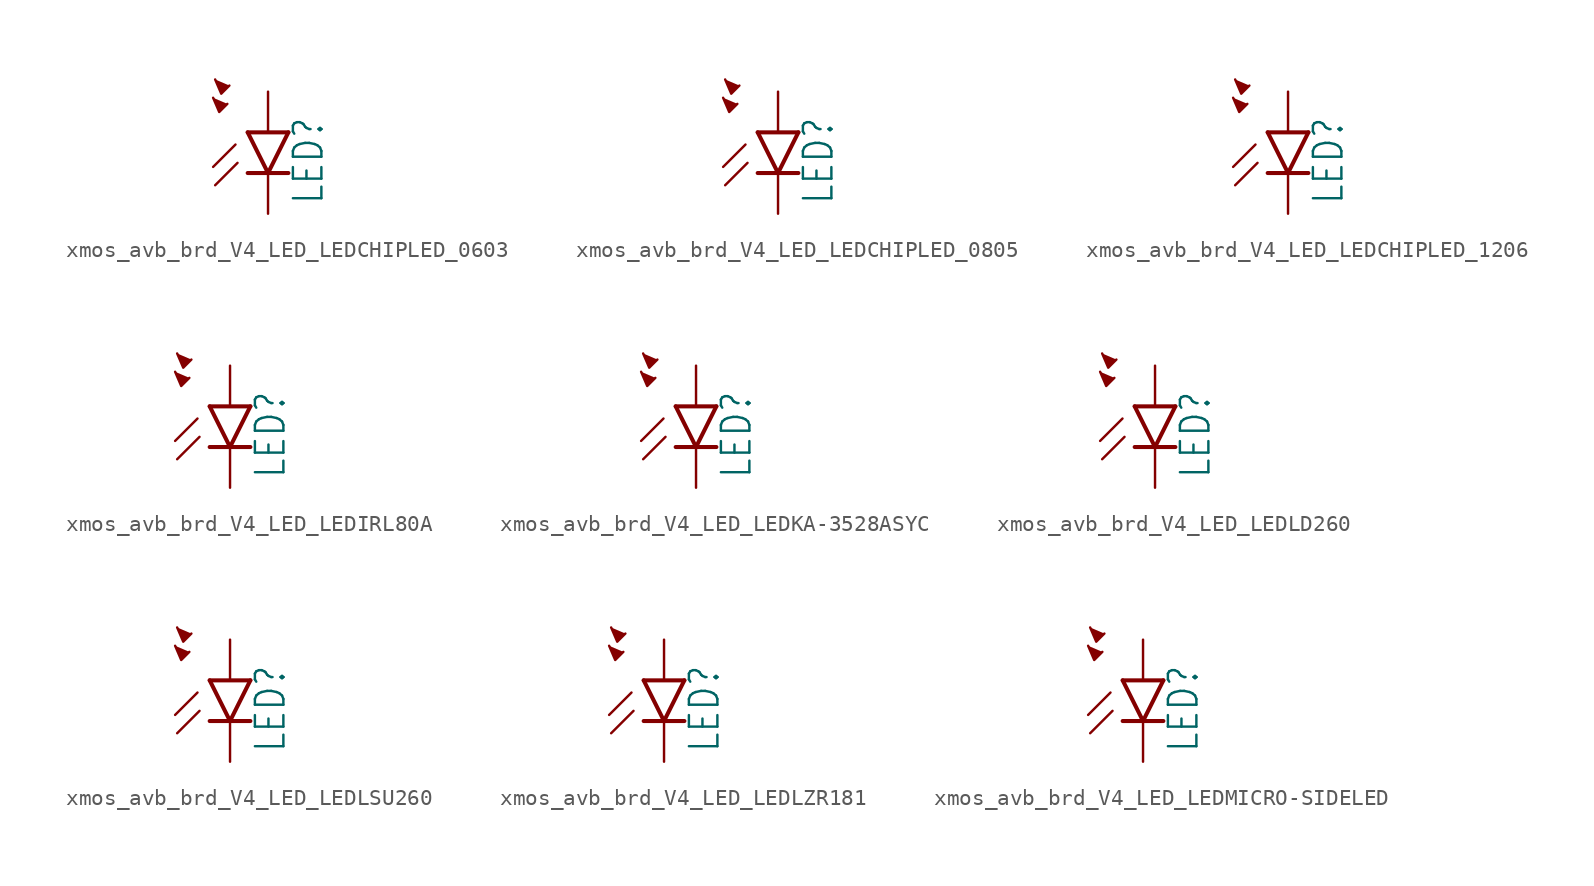
<source format=kicad_sym>
(kicad_symbol_lib
  (version 20241209)
  (generator "kicad_symbol_editor")
  (generator_version "9.0")
  (symbol "xmos_avb_brd_V4_LED_LEDCHIPLED_0603"
    (property "Reference" "LED"
      (at 3.556 -4.572 90)
      (effects (font (size 1.778 1.511)) (justify left bottom)))
    (property "Value" ""
      (at 5.715 -4.572 90)
      (effects (font (size 1.778 1.511)) (justify left bottom)))
    (property "ki_locked" ""
      (at 0 0 0)
      (effects (font (size 1.27 1.27))))
    (symbol "xmos_avb_brd_V4_LED_LEDCHIPLED_0603_1_0"
      (polyline (pts (xy -3.429 2.159) (xy -3.048 1.27) (xy -2.54 1.778)) (stroke (width 0.152) (type solid)) (fill (type outline)))
      (polyline (pts (xy -3.302 3.302) (xy -2.921 2.413) (xy -2.413 2.921)) (stroke (width 0.152) (type solid)) (fill (type outline)))
      (polyline (pts (xy -2.032 -0.762) (xy -3.429 -2.159)) (stroke (width 0.152) (type solid)) (fill (type none)))
      (polyline (pts (xy -1.905 -1.905) (xy -3.302 -3.302)) (stroke (width 0.152) (type solid)) (fill (type none)))
      (polyline (pts (xy 0 -2.54) (xy -1.27 0)) (stroke (width 0.254) (type solid)) (fill (type none)))
      (polyline (pts (xy 0 -2.54) (xy -1.27 -2.54)) (stroke (width 0.254) (type solid)) (fill (type none)))
      (polyline (pts (xy 1.27 0) (xy -1.27 0)) (stroke (width 0.254) (type solid)) (fill (type none)))
      (polyline (pts (xy 1.27 0) (xy 0 -2.54)) (stroke (width 0.254) (type solid)) (fill (type none)))
      (polyline (pts (xy 1.27 -2.54) (xy 0 -2.54)) (stroke (width 0.254) (type solid)) (fill (type none)))
      (pin passive line (at 0 2.54 270) (length 2.54) (name "A" (effects (font (size 0 0)))) (number "A" (effects (font (size 0 0)))))
      (pin passive line (at 0 -5.08 90) (length 2.54) (name "C" (effects (font (size 0 0)))) (number "C" (effects (font (size 0 0)))))))
  (symbol "xmos_avb_brd_V4_LED_LEDCHIPLED_0805"
    (property "Reference" "LED"
      (at 3.556 -4.572 90)
      (effects (font (size 1.778 1.511)) (justify left bottom)))
    (property "Value" ""
      (at 5.715 -4.572 90)
      (effects (font (size 1.778 1.511)) (justify left bottom)))
    (property "ki_locked" ""
      (at 0 0 0)
      (effects (font (size 1.27 1.27))))
    (symbol "xmos_avb_brd_V4_LED_LEDCHIPLED_0805_1_0"
      (polyline (pts (xy -3.429 2.159) (xy -3.048 1.27) (xy -2.54 1.778)) (stroke (width 0.152) (type solid)) (fill (type outline)))
      (polyline (pts (xy -3.302 3.302) (xy -2.921 2.413) (xy -2.413 2.921)) (stroke (width 0.152) (type solid)) (fill (type outline)))
      (polyline (pts (xy -2.032 -0.762) (xy -3.429 -2.159)) (stroke (width 0.152) (type solid)) (fill (type none)))
      (polyline (pts (xy -1.905 -1.905) (xy -3.302 -3.302)) (stroke (width 0.152) (type solid)) (fill (type none)))
      (polyline (pts (xy 0 -2.54) (xy -1.27 0)) (stroke (width 0.254) (type solid)) (fill (type none)))
      (polyline (pts (xy 0 -2.54) (xy -1.27 -2.54)) (stroke (width 0.254) (type solid)) (fill (type none)))
      (polyline (pts (xy 1.27 0) (xy -1.27 0)) (stroke (width 0.254) (type solid)) (fill (type none)))
      (polyline (pts (xy 1.27 0) (xy 0 -2.54)) (stroke (width 0.254) (type solid)) (fill (type none)))
      (polyline (pts (xy 1.27 -2.54) (xy 0 -2.54)) (stroke (width 0.254) (type solid)) (fill (type none)))
      (pin passive line (at 0 2.54 270) (length 2.54) (name "A" (effects (font (size 0 0)))) (number "A" (effects (font (size 0 0)))))
      (pin passive line (at 0 -5.08 90) (length 2.54) (name "C" (effects (font (size 0 0)))) (number "C" (effects (font (size 0 0)))))))
  (symbol "xmos_avb_brd_V4_LED_LEDCHIPLED_1206"
    (property "Reference" "LED"
      (at 3.556 -4.572 90)
      (effects (font (size 1.778 1.511)) (justify left bottom)))
    (property "Value" ""
      (at 5.715 -4.572 90)
      (effects (font (size 1.778 1.511)) (justify left bottom)))
    (property "ki_locked" ""
      (at 0 0 0)
      (effects (font (size 1.27 1.27))))
    (symbol "xmos_avb_brd_V4_LED_LEDCHIPLED_1206_1_0"
      (polyline (pts (xy -3.429 2.159) (xy -3.048 1.27) (xy -2.54 1.778)) (stroke (width 0.152) (type solid)) (fill (type outline)))
      (polyline (pts (xy -3.302 3.302) (xy -2.921 2.413) (xy -2.413 2.921)) (stroke (width 0.152) (type solid)) (fill (type outline)))
      (polyline (pts (xy -2.032 -0.762) (xy -3.429 -2.159)) (stroke (width 0.152) (type solid)) (fill (type none)))
      (polyline (pts (xy -1.905 -1.905) (xy -3.302 -3.302)) (stroke (width 0.152) (type solid)) (fill (type none)))
      (polyline (pts (xy 0 -2.54) (xy -1.27 0)) (stroke (width 0.254) (type solid)) (fill (type none)))
      (polyline (pts (xy 0 -2.54) (xy -1.27 -2.54)) (stroke (width 0.254) (type solid)) (fill (type none)))
      (polyline (pts (xy 1.27 0) (xy -1.27 0)) (stroke (width 0.254) (type solid)) (fill (type none)))
      (polyline (pts (xy 1.27 0) (xy 0 -2.54)) (stroke (width 0.254) (type solid)) (fill (type none)))
      (polyline (pts (xy 1.27 -2.54) (xy 0 -2.54)) (stroke (width 0.254) (type solid)) (fill (type none)))
      (pin passive line (at 0 2.54 270) (length 2.54) (name "A" (effects (font (size 0 0)))) (number "A" (effects (font (size 0 0)))))
      (pin passive line (at 0 -5.08 90) (length 2.54) (name "C" (effects (font (size 0 0)))) (number "C" (effects (font (size 0 0)))))))
  (symbol "xmos_avb_brd_V4_LED_LEDIRL80A"
    (property "Reference" "LED"
      (at 3.556 -4.572 90)
      (effects (font (size 1.778 1.511)) (justify left bottom)))
    (property "Value" ""
      (at 5.715 -4.572 90)
      (effects (font (size 1.778 1.511)) (justify left bottom)))
    (property "ki_locked" ""
      (at 0 0 0)
      (effects (font (size 1.27 1.27))))
    (symbol "xmos_avb_brd_V4_LED_LEDIRL80A_1_0"
      (polyline (pts (xy -3.429 2.159) (xy -3.048 1.27) (xy -2.54 1.778)) (stroke (width 0.152) (type solid)) (fill (type outline)))
      (polyline (pts (xy -3.302 3.302) (xy -2.921 2.413) (xy -2.413 2.921)) (stroke (width 0.152) (type solid)) (fill (type outline)))
      (polyline (pts (xy -2.032 -0.762) (xy -3.429 -2.159)) (stroke (width 0.152) (type solid)) (fill (type none)))
      (polyline (pts (xy -1.905 -1.905) (xy -3.302 -3.302)) (stroke (width 0.152) (type solid)) (fill (type none)))
      (polyline (pts (xy 0 -2.54) (xy -1.27 0)) (stroke (width 0.254) (type solid)) (fill (type none)))
      (polyline (pts (xy 0 -2.54) (xy -1.27 -2.54)) (stroke (width 0.254) (type solid)) (fill (type none)))
      (polyline (pts (xy 1.27 0) (xy -1.27 0)) (stroke (width 0.254) (type solid)) (fill (type none)))
      (polyline (pts (xy 1.27 0) (xy 0 -2.54)) (stroke (width 0.254) (type solid)) (fill (type none)))
      (polyline (pts (xy 1.27 -2.54) (xy 0 -2.54)) (stroke (width 0.254) (type solid)) (fill (type none)))
      (pin passive line (at 0 2.54 270) (length 2.54) (name "A" (effects (font (size 0 0)))) (number "A" (effects (font (size 0 0)))))
      (pin passive line (at 0 -5.08 90) (length 2.54) (name "C" (effects (font (size 0 0)))) (number "K" (effects (font (size 0 0)))))))
  (symbol "xmos_avb_brd_V4_LED_LEDKA-3528ASYC"
    (property "Reference" "LED"
      (at 3.556 -4.572 90)
      (effects (font (size 1.778 1.511)) (justify left bottom)))
    (property "Value" ""
      (at 5.715 -4.572 90)
      (effects (font (size 1.778 1.511)) (justify left bottom)))
    (property "ki_locked" ""
      (at 0 0 0)
      (effects (font (size 1.27 1.27))))
    (symbol "xmos_avb_brd_V4_LED_LEDKA-3528ASYC_1_0"
      (polyline (pts (xy -3.429 2.159) (xy -3.048 1.27) (xy -2.54 1.778)) (stroke (width 0.152) (type solid)) (fill (type outline)))
      (polyline (pts (xy -3.302 3.302) (xy -2.921 2.413) (xy -2.413 2.921)) (stroke (width 0.152) (type solid)) (fill (type outline)))
      (polyline (pts (xy -2.032 -0.762) (xy -3.429 -2.159)) (stroke (width 0.152) (type solid)) (fill (type none)))
      (polyline (pts (xy -1.905 -1.905) (xy -3.302 -3.302)) (stroke (width 0.152) (type solid)) (fill (type none)))
      (polyline (pts (xy 0 -2.54) (xy -1.27 0)) (stroke (width 0.254) (type solid)) (fill (type none)))
      (polyline (pts (xy 0 -2.54) (xy -1.27 -2.54)) (stroke (width 0.254) (type solid)) (fill (type none)))
      (polyline (pts (xy 1.27 0) (xy -1.27 0)) (stroke (width 0.254) (type solid)) (fill (type none)))
      (polyline (pts (xy 1.27 0) (xy 0 -2.54)) (stroke (width 0.254) (type solid)) (fill (type none)))
      (polyline (pts (xy 1.27 -2.54) (xy 0 -2.54)) (stroke (width 0.254) (type solid)) (fill (type none)))
      (pin passive line (at 0 2.54 270) (length 2.54) (name "A" (effects (font (size 0 0)))) (number "A" (effects (font (size 0 0)))))
      (pin passive line (at 0 -5.08 90) (length 2.54) (name "C" (effects (font (size 0 0)))) (number "C" (effects (font (size 0 0)))))))
  (symbol "xmos_avb_brd_V4_LED_LEDLD260"
    (property "Reference" "LED"
      (at 3.556 -4.572 90)
      (effects (font (size 1.778 1.511)) (justify left bottom)))
    (property "Value" ""
      (at 5.715 -4.572 90)
      (effects (font (size 1.778 1.511)) (justify left bottom)))
    (property "ki_locked" ""
      (at 0 0 0)
      (effects (font (size 1.27 1.27))))
    (symbol "xmos_avb_brd_V4_LED_LEDLD260_1_0"
      (polyline (pts (xy -3.429 2.159) (xy -3.048 1.27) (xy -2.54 1.778)) (stroke (width 0.152) (type solid)) (fill (type outline)))
      (polyline (pts (xy -3.302 3.302) (xy -2.921 2.413) (xy -2.413 2.921)) (stroke (width 0.152) (type solid)) (fill (type outline)))
      (polyline (pts (xy -2.032 -0.762) (xy -3.429 -2.159)) (stroke (width 0.152) (type solid)) (fill (type none)))
      (polyline (pts (xy -1.905 -1.905) (xy -3.302 -3.302)) (stroke (width 0.152) (type solid)) (fill (type none)))
      (polyline (pts (xy 0 -2.54) (xy -1.27 0)) (stroke (width 0.254) (type solid)) (fill (type none)))
      (polyline (pts (xy 0 -2.54) (xy -1.27 -2.54)) (stroke (width 0.254) (type solid)) (fill (type none)))
      (polyline (pts (xy 1.27 0) (xy -1.27 0)) (stroke (width 0.254) (type solid)) (fill (type none)))
      (polyline (pts (xy 1.27 0) (xy 0 -2.54)) (stroke (width 0.254) (type solid)) (fill (type none)))
      (polyline (pts (xy 1.27 -2.54) (xy 0 -2.54)) (stroke (width 0.254) (type solid)) (fill (type none)))
      (pin passive line (at 0 2.54 270) (length 2.54) (name "A" (effects (font (size 0 0)))) (number "A" (effects (font (size 0 0)))))
      (pin passive line (at 0 -5.08 90) (length 2.54) (name "C" (effects (font (size 0 0)))) (number "K" (effects (font (size 0 0)))))))
  (symbol "xmos_avb_brd_V4_LED_LEDLSU260"
    (property "Reference" "LED"
      (at 3.556 -4.572 90)
      (effects (font (size 1.778 1.511)) (justify left bottom)))
    (property "Value" ""
      (at 5.715 -4.572 90)
      (effects (font (size 1.778 1.511)) (justify left bottom)))
    (property "ki_locked" ""
      (at 0 0 0)
      (effects (font (size 1.27 1.27))))
    (symbol "xmos_avb_brd_V4_LED_LEDLSU260_1_0"
      (polyline (pts (xy -3.429 2.159) (xy -3.048 1.27) (xy -2.54 1.778)) (stroke (width 0.152) (type solid)) (fill (type outline)))
      (polyline (pts (xy -3.302 3.302) (xy -2.921 2.413) (xy -2.413 2.921)) (stroke (width 0.152) (type solid)) (fill (type outline)))
      (polyline (pts (xy -2.032 -0.762) (xy -3.429 -2.159)) (stroke (width 0.152) (type solid)) (fill (type none)))
      (polyline (pts (xy -1.905 -1.905) (xy -3.302 -3.302)) (stroke (width 0.152) (type solid)) (fill (type none)))
      (polyline (pts (xy 0 -2.54) (xy -1.27 0)) (stroke (width 0.254) (type solid)) (fill (type none)))
      (polyline (pts (xy 0 -2.54) (xy -1.27 -2.54)) (stroke (width 0.254) (type solid)) (fill (type none)))
      (polyline (pts (xy 1.27 0) (xy -1.27 0)) (stroke (width 0.254) (type solid)) (fill (type none)))
      (polyline (pts (xy 1.27 0) (xy 0 -2.54)) (stroke (width 0.254) (type solid)) (fill (type none)))
      (polyline (pts (xy 1.27 -2.54) (xy 0 -2.54)) (stroke (width 0.254) (type solid)) (fill (type none)))
      (pin passive line (at 0 2.54 270) (length 2.54) (name "A" (effects (font (size 0 0)))) (number "A" (effects (font (size 0 0)))))
      (pin passive line (at 0 -5.08 90) (length 2.54) (name "C" (effects (font (size 0 0)))) (number "K" (effects (font (size 0 0)))))))
  (symbol "xmos_avb_brd_V4_LED_LEDLZR181"
    (property "Reference" "LED"
      (at 3.556 -4.572 90)
      (effects (font (size 1.778 1.511)) (justify left bottom)))
    (property "Value" ""
      (at 5.715 -4.572 90)
      (effects (font (size 1.778 1.511)) (justify left bottom)))
    (property "ki_locked" ""
      (at 0 0 0)
      (effects (font (size 1.27 1.27))))
    (symbol "xmos_avb_brd_V4_LED_LEDLZR181_1_0"
      (polyline (pts (xy -3.429 2.159) (xy -3.048 1.27) (xy -2.54 1.778)) (stroke (width 0.152) (type solid)) (fill (type outline)))
      (polyline (pts (xy -3.302 3.302) (xy -2.921 2.413) (xy -2.413 2.921)) (stroke (width 0.152) (type solid)) (fill (type outline)))
      (polyline (pts (xy -2.032 -0.762) (xy -3.429 -2.159)) (stroke (width 0.152) (type solid)) (fill (type none)))
      (polyline (pts (xy -1.905 -1.905) (xy -3.302 -3.302)) (stroke (width 0.152) (type solid)) (fill (type none)))
      (polyline (pts (xy 0 -2.54) (xy -1.27 0)) (stroke (width 0.254) (type solid)) (fill (type none)))
      (polyline (pts (xy 0 -2.54) (xy -1.27 -2.54)) (stroke (width 0.254) (type solid)) (fill (type none)))
      (polyline (pts (xy 1.27 0) (xy -1.27 0)) (stroke (width 0.254) (type solid)) (fill (type none)))
      (polyline (pts (xy 1.27 0) (xy 0 -2.54)) (stroke (width 0.254) (type solid)) (fill (type none)))
      (polyline (pts (xy 1.27 -2.54) (xy 0 -2.54)) (stroke (width 0.254) (type solid)) (fill (type none)))
      (pin passive line (at 0 2.54 270) (length 2.54) (name "A" (effects (font (size 0 0)))) (number "A" (effects (font (size 0 0)))))
      (pin passive line (at 0 -5.08 90) (length 2.54) (name "C" (effects (font (size 0 0)))) (number "K" (effects (font (size 0 0)))))))
  (symbol "xmos_avb_brd_V4_LED_LEDMICRO-SIDELED"
    (property "Reference" "LED"
      (at 3.556 -4.572 90)
      (effects (font (size 1.778 1.511)) (justify left bottom)))
    (property "Value" ""
      (at 5.715 -4.572 90)
      (effects (font (size 1.778 1.511)) (justify left bottom)))
    (property "ki_locked" ""
      (at 0 0 0)
      (effects (font (size 1.27 1.27))))
    (symbol "xmos_avb_brd_V4_LED_LEDMICRO-SIDELED_1_0"
      (polyline (pts (xy -3.429 2.159) (xy -3.048 1.27) (xy -2.54 1.778)) (stroke (width 0.152) (type solid)) (fill (type outline)))
      (polyline (pts (xy -3.302 3.302) (xy -2.921 2.413) (xy -2.413 2.921)) (stroke (width 0.152) (type solid)) (fill (type outline)))
      (polyline (pts (xy -2.032 -0.762) (xy -3.429 -2.159)) (stroke (width 0.152) (type solid)) (fill (type none)))
      (polyline (pts (xy -1.905 -1.905) (xy -3.302 -3.302)) (stroke (width 0.152) (type solid)) (fill (type none)))
      (polyline (pts (xy 0 -2.54) (xy -1.27 0)) (stroke (width 0.254) (type solid)) (fill (type none)))
      (polyline (pts (xy 0 -2.54) (xy -1.27 -2.54)) (stroke (width 0.254) (type solid)) (fill (type none)))
      (polyline (pts (xy 1.27 0) (xy -1.27 0)) (stroke (width 0.254) (type solid)) (fill (type none)))
      (polyline (pts (xy 1.27 0) (xy 0 -2.54)) (stroke (width 0.254) (type solid)) (fill (type none)))
      (polyline (pts (xy 1.27 -2.54) (xy 0 -2.54)) (stroke (width 0.254) (type solid)) (fill (type none)))
      (pin passive line (at 0 2.54 270) (length 2.54) (name "A" (effects (font (size 0 0)))) (number "A" (effects (font (size 0 0)))))
      (pin passive line (at 0 -5.08 90) (length 2.54) (name "C" (effects (font (size 0 0)))) (number "C" (effects (font (size 0 0))))))))
</source>
